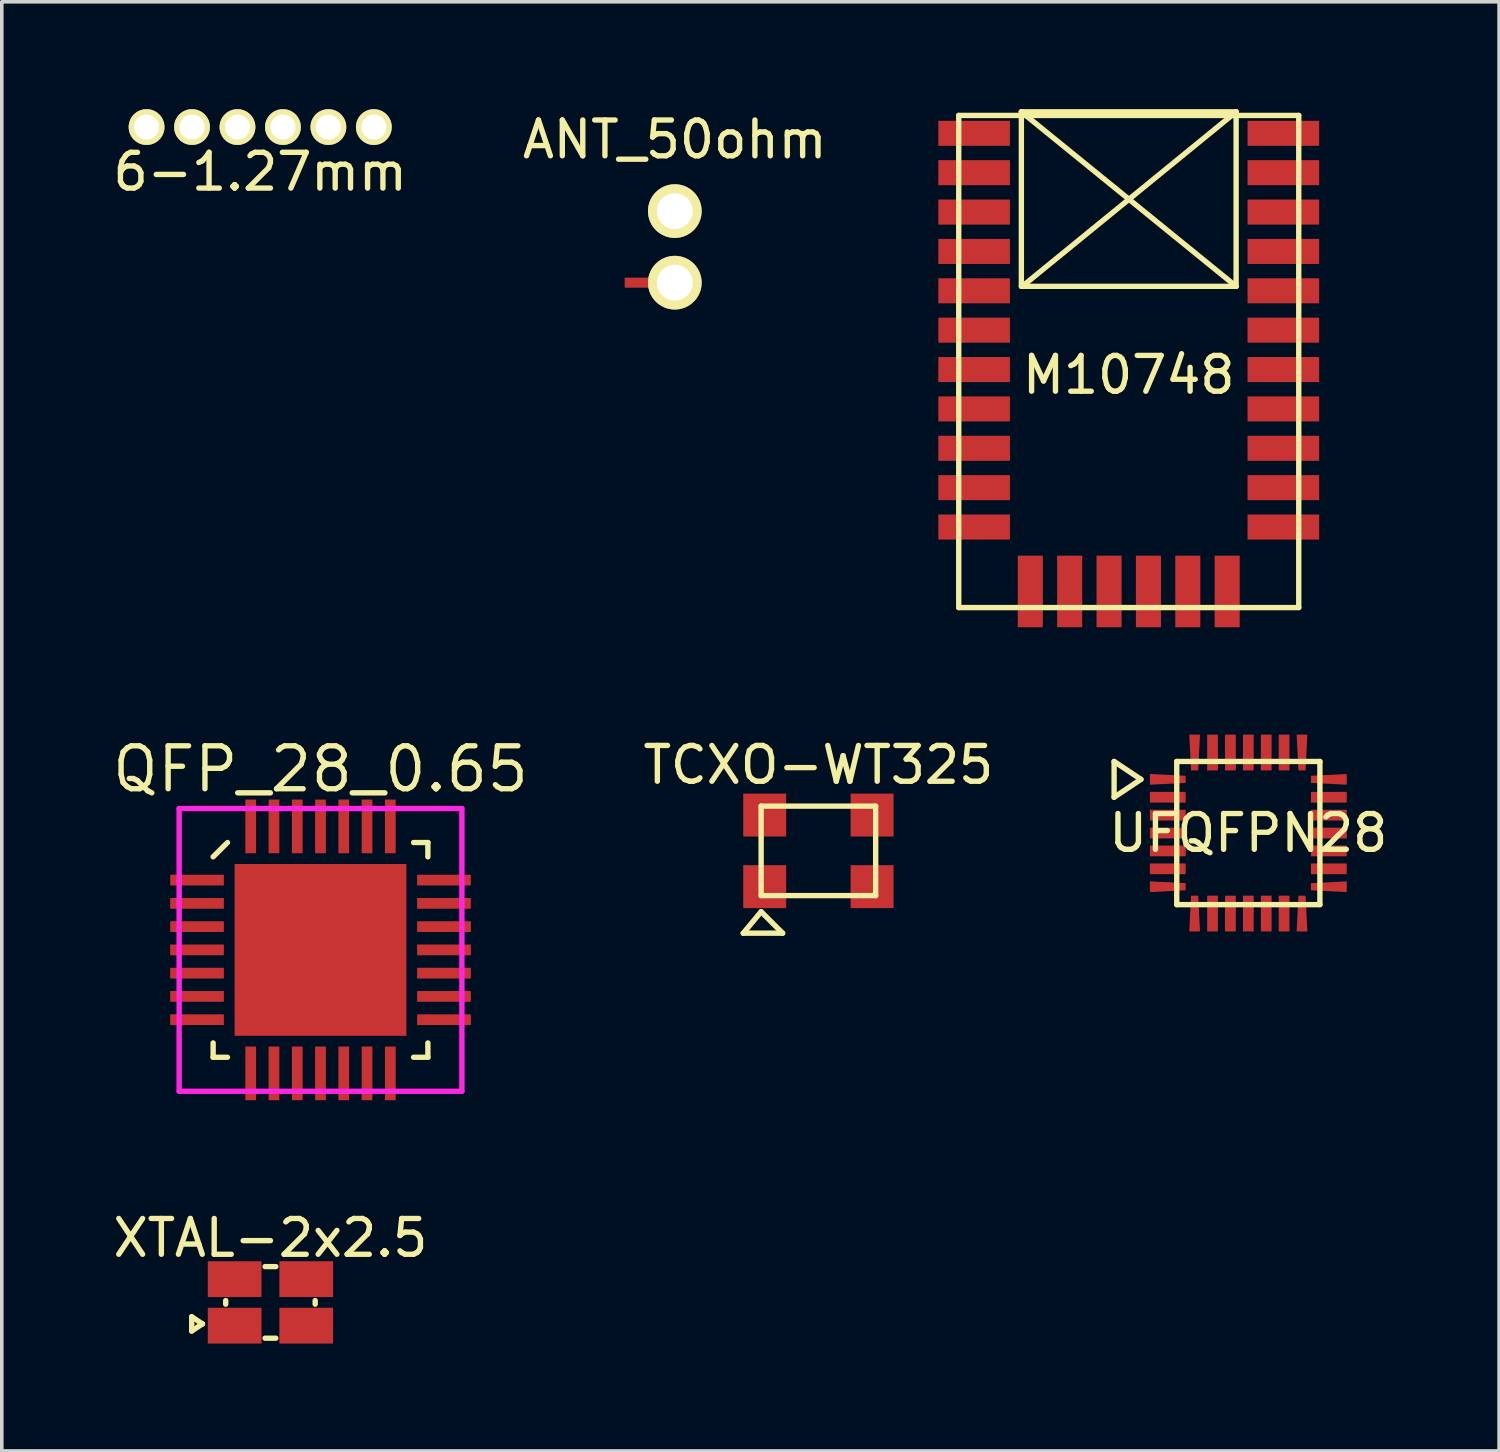
<source format=kicad_pcb>
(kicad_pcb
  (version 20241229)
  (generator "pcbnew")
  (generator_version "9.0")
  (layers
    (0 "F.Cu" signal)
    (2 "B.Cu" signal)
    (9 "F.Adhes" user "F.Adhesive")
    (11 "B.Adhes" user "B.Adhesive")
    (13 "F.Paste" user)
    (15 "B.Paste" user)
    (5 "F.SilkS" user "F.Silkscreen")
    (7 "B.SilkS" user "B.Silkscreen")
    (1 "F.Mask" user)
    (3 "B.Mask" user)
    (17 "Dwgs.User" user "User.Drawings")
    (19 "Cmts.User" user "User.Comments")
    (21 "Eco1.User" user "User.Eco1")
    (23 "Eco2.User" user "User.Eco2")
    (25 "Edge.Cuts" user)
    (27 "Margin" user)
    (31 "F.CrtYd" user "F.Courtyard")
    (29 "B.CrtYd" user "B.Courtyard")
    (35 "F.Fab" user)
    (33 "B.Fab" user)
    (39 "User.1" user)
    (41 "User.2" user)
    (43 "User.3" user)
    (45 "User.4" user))
  (footprint "XTAL-2x2.5"
    (layer "F.Cu")
    (at 4.506 33.339)
    (property "Reference" "XTAL-2x2.5" (at 0 -1.8 0) (layer "F.SilkS") (effects (font (size 1 1) (thickness 0.15))))
    (attr through_hole)
    (fp_line (start -2.2 0.4) (end -2.2 0.8) (stroke (width 0.15) (type solid)) (layer "F.SilkS"))
    (fp_line (start -2.2 0.8) (end -1.9 0.6) (stroke (width 0.15) (type solid)) (layer "F.SilkS"))
    (fp_line (start -1.9 0.6) (end -2.2 0.4) (stroke (width 0.15) (type solid)) (layer "F.SilkS"))
    (fp_line (start -1.25 -0.05) (end -1.25 0.05) (stroke (width 0.15) (type solid)) (layer "F.SilkS"))
    (fp_line (start -0.15 -1) (end 0.15 -1) (stroke (width 0.15) (type solid)) (layer "F.SilkS"))
    (fp_line (start 0.15 1) (end -0.15 1) (stroke (width 0.15) (type solid)) (layer "F.SilkS"))
    (fp_line (start 1.25 -0.05) (end 1.25 0.05) (stroke (width 0.15) (type solid)) (layer "F.SilkS"))
    (pad "1" smd rect (at -1 0.65) (size 1.5 1) (layers "F.Cu" "F.Mask" "F.Paste"))
    (pad "2" smd rect (at 1 -0.65) (size 1.5 1) (layers "F.Cu" "F.Mask" "F.Paste"))
    (pad "3" smd rect (at 1 0.65) (size 1.5 1) (layers "F.Cu" "F.Mask" "F.Paste"))
    (pad "4" smd rect (at -1 -0.65) (size 1.5 1) (layers "F.Cu" "F.Mask" "F.Paste")))
  (footprint "6-1.27mm"
    (layer "F.Cu")
    (at 4.22 0.5)
    (property "Reference" "6-1.27mm" (at 0 1.25 0) (layer "F.SilkS") (effects (font (size 1 1) (thickness 0.15))))
    (attr through_hole)
    (pad "1" thru_hole circle (at -3.175 0) (size 1 1) (drill 0.7) (layers "*.Cu" "*.Mask" "F.SilkS"))
    (pad "2" thru_hole circle (at -1.905 0) (size 1 1) (drill 0.7) (layers "*.Cu" "*.Mask" "F.SilkS"))
    (pad "3" thru_hole circle (at -0.635 0) (size 1 1) (drill 0.7) (layers "*.Cu" "*.Mask" "F.SilkS"))
    (pad "4" thru_hole circle (at 0.635 0) (size 1 1) (drill 0.7) (layers "*.Cu" "*.Mask" "F.SilkS"))
    (pad "5" thru_hole circle (at 1.905 0) (size 1 1) (drill 0.7) (layers "*.Cu" "*.Mask" "F.SilkS"))
    (pad "6" thru_hole circle (at 3.175 0) (size 1 1) (drill 0.7) (layers "*.Cu" "*.Mask" "F.SilkS")))
  (footprint "QFP_28_0.65"
    (layer "F.Cu")
    (at 5.905 23.49)
    (property "Reference" "QFP_28_0.65" (at 0 -5.05 0) (layer "F.SilkS") (effects (font (size 1.2 1.2) (thickness 0.15))))
    (attr through_hole)
    (fp_line (start -3 -2.6) (end -2.6 -3) (stroke (width 0.15) (type solid)) (layer "F.SilkS"))
    (fp_line (start -3 3) (end -3 2.6) (stroke (width 0.15) (type solid)) (layer "F.SilkS"))
    (fp_line (start -2.6 3) (end -3 3) (stroke (width 0.15) (type solid)) (layer "F.SilkS"))
    (fp_line (start 2.6 -3) (end 3 -3) (stroke (width 0.15) (type solid)) (layer "F.SilkS"))
    (fp_line (start 2.6 3) (end 3 3) (stroke (width 0.15) (type solid)) (layer "F.SilkS"))
    (fp_line (start 3 -3) (end 3 -2.6) (stroke (width 0.15) (type solid)) (layer "F.SilkS"))
    (fp_line (start 3 3) (end 3 2.6) (stroke (width 0.15) (type solid)) (layer "F.SilkS"))
    (fp_line (start -3.95 -3.95) (end 3.95 -3.95) (stroke (width 0.15) (type solid)) (layer "F.CrtYd"))
    (fp_line (start -3.95 3.95) (end -3.95 -3.95) (stroke (width 0.15) (type solid)) (layer "F.CrtYd"))
    (fp_line (start 3.95 -3.95) (end 3.95 3.95) (stroke (width 0.15) (type solid)) (layer "F.CrtYd"))
    (fp_line (start 3.95 3.95) (end -3.95 3.95) (stroke (width 0.15) (type solid)) (layer "F.CrtYd"))
    (pad "1" smd rect (at -3.45 -1.95 90) (size 0.3 1.5) (layers "F.Cu" "F.Mask" "F.Paste"))
    (pad "2" smd rect (at -3.45 -1.3 90) (size 0.3 1.5) (layers "F.Cu" "F.Mask" "F.Paste"))
    (pad "3" smd rect (at -3.45 -0.65 90) (size 0.3 1.5) (layers "F.Cu" "F.Mask" "F.Paste"))
    (pad "4" smd rect (at -3.45 0 90) (size 0.3 1.5) (layers "F.Cu" "F.Mask" "F.Paste"))
    (pad "5" smd rect (at -3.45 0.65 90) (size 0.3 1.5) (layers "F.Cu" "F.Mask" "F.Paste"))
    (pad "6" smd rect (at -3.45 1.3 90) (size 0.3 1.5) (layers "F.Cu" "F.Mask" "F.Paste"))
    (pad "7" smd rect (at -3.45 1.95 90) (size 0.3 1.5) (layers "F.Cu" "F.Mask" "F.Paste"))
    (pad "8" smd rect (at -1.95 3.45) (size 0.3 1.5) (layers "F.Cu" "F.Mask" "F.Paste"))
    (pad "9" smd rect (at -1.3 3.45) (size 0.3 1.5) (layers "F.Cu" "F.Mask" "F.Paste"))
    (pad "10" smd rect (at -0.65 3.45) (size 0.3 1.5) (layers "F.Cu" "F.Mask" "F.Paste"))
    (pad "11" smd rect (at 0 3.45) (size 0.3 1.5) (layers "F.Cu" "F.Mask" "F.Paste"))
    (pad "12" smd rect (at 0.65 3.45) (size 0.3 1.5) (layers "F.Cu" "F.Mask" "F.Paste"))
    (pad "13" smd rect (at 1.3 3.45) (size 0.3 1.5) (layers "F.Cu" "F.Mask" "F.Paste"))
    (pad "14" smd rect (at 1.95 3.45) (size 0.3 1.5) (layers "F.Cu" "F.Mask" "F.Paste"))
    (pad "15" smd rect (at 3.45 1.95 90) (size 0.3 1.5) (layers "F.Cu" "F.Mask" "F.Paste"))
    (pad "16" smd rect (at 3.45 1.3 90) (size 0.3 1.5) (layers "F.Cu" "F.Mask" "F.Paste"))
    (pad "17" smd rect (at 3.45 0.65 90) (size 0.3 1.5) (layers "F.Cu" "F.Mask" "F.Paste"))
    (pad "18" smd rect (at 3.45 0 90) (size 0.3 1.5) (layers "F.Cu" "F.Mask" "F.Paste"))
    (pad "19" smd rect (at 3.45 -0.65 90) (size 0.3 1.5) (layers "F.Cu" "F.Mask" "F.Paste"))
    (pad "20" smd rect (at 3.45 -1.3 90) (size 0.3 1.5) (layers "F.Cu" "F.Mask" "F.Paste"))
    (pad "21" smd rect (at 3.45 -1.95 90) (size 0.3 1.5) (layers "F.Cu" "F.Mask" "F.Paste"))
    (pad "22" smd rect (at 1.95 -3.45) (size 0.3 1.5) (layers "F.Cu" "F.Mask" "F.Paste"))
    (pad "23" smd rect (at 1.3 -3.45) (size 0.3 1.5) (layers "F.Cu" "F.Mask" "F.Paste"))
    (pad "24" smd rect (at 0.65 -3.45) (size 0.3 1.5) (layers "F.Cu" "F.Mask" "F.Paste"))
    (pad "25" smd rect (at 0 -3.45) (size 0.3 1.5) (layers "F.Cu" "F.Mask" "F.Paste"))
    (pad "26" smd rect (at -0.65 -3.45) (size 0.3 1.5) (layers "F.Cu" "F.Mask" "F.Paste"))
    (pad "27" smd rect (at -1.3 -3.45) (size 0.3 1.5) (layers "F.Cu" "F.Mask" "F.Paste"))
    (pad "28" smd rect (at -1.95 -3.45) (size 0.3 1.5) (layers "F.Cu" "F.Mask" "F.Paste"))
    (pad "29" smd rect (at 0 0) (size 4.8 4.8) (layers "F.Cu" "F.Mask" "F.Paste")))
  (footprint "TCXO-WT325"
    (layer "F.Cu")
    (at 19.816 20.723)
    (property "Reference" "TCXO-WT325" (at 0 -2.4 0) (layer "F.SilkS") (effects (font (size 1 1) (thickness 0.15))))
    (attr through_hole)
    (fp_line (start -2.1 2.3) (end -1 2.3) (stroke (width 0.15) (type solid)) (layer "F.SilkS"))
    (fp_line (start -1.6 -1.25) (end 1.6 -1.25) (stroke (width 0.15) (type solid)) (layer "F.SilkS"))
    (fp_line (start -1.6 1.25) (end -1.6 -1.25) (stroke (width 0.15) (type solid)) (layer "F.SilkS"))
    (fp_line (start -1.6 1.7) (end -2.1 2.3) (stroke (width 0.15) (type solid)) (layer "F.SilkS"))
    (fp_line (start -1 2.3) (end -1.6 1.7) (stroke (width 0.15) (type solid)) (layer "F.SilkS"))
    (fp_line (start 1.6 -1.25) (end 1.6 1.25) (stroke (width 0.15) (type solid)) (layer "F.SilkS"))
    (fp_line (start 1.6 1.25) (end -1.6 1.25) (stroke (width 0.15) (type solid)) (layer "F.SilkS"))
    (pad "1" smd rect (at -1.5 1) (size 1.2 1.2) (layers "F.Cu" "F.Mask" "F.Paste"))
    (pad "2" smd rect (at 1.5 1) (size 1.2 1.2) (layers "F.Cu" "F.Mask" "F.Paste"))
    (pad "3" smd rect (at 1.5 -1) (size 1.2 1.2) (layers "F.Cu" "F.Mask" "F.Paste"))
    (pad "4" smd rect (at -1.5 -1) (size 1.2 1.2) (layers "F.Cu" "F.Mask" "F.Paste")))
  (footprint "UFQFPN28"
    (layer "F.Cu")
    (at 31.828 20.225)
    (property "Reference" "UFQFPN28" (at 0 0 0) (layer "F.SilkS") (effects (font (size 1 1) (thickness 0.15))))
    (attr through_hole)
    (fp_line (start -3.75 -2) (end -3.75 -1) (stroke (width 0.15) (type solid)) (layer "F.SilkS"))
    (fp_line (start -3.75 -1) (end -3 -1.5) (stroke (width 0.15) (type solid)) (layer "F.SilkS"))
    (fp_line (start -3 -1.5) (end -3.75 -2) (stroke (width 0.15) (type solid)) (layer "F.SilkS"))
    (fp_line (start -2 -2) (end -2 2) (stroke (width 0.15) (type solid)) (layer "F.SilkS"))
    (fp_line (start -2 2) (end 2 2) (stroke (width 0.15) (type solid)) (layer "F.SilkS"))
    (fp_line (start 2 -2) (end -2 -2) (stroke (width 0.15) (type solid)) (layer "F.SilkS"))
    (fp_line (start 2 2) (end 2 -2) (stroke (width 0.15) (type solid)) (layer "F.SilkS"))
    (pad "1" smd trapezoid (at -2.25 -1.5) (size 1 0.25) (rect_delta 0.05 0) (layers "F.Cu" "F.Mask" "F.Paste"))
    (pad "2" smd rect (at -2.25 -1) (size 1 0.3) (layers "F.Cu" "F.Mask" "F.Paste"))
    (pad "3" smd rect (at -2.25 -0.5) (size 1 0.3) (layers "F.Cu" "F.Mask" "F.Paste"))
    (pad "4" smd rect (at -2.25 0) (size 1 0.3) (layers "F.Cu" "F.Mask" "F.Paste"))
    (pad "5" smd rect (at -2.25 0.5) (size 1 0.3) (layers "F.Cu" "F.Mask" "F.Paste"))
    (pad "6" smd rect (at -2.25 1) (size 1 0.3) (layers "F.Cu" "F.Mask" "F.Paste"))
    (pad "7" smd trapezoid (at -2.25 1.5) (size 1 0.25) (rect_delta 0.05 0) (layers "F.Cu" "F.Mask" "F.Paste"))
    (pad "8" smd trapezoid (at -1.5 2.25 90) (size 1 0.25) (rect_delta 0.05 0) (layers "F.Cu" "F.Mask" "F.Paste"))
    (pad "9" smd rect (at -1 2.25 90) (size 1 0.3) (layers "F.Cu" "F.Mask" "F.Paste"))
    (pad "10" smd rect (at -0.5 2.25 90) (size 1 0.3) (layers "F.Cu" "F.Mask" "F.Paste"))
    (pad "11" smd rect (at 0 2.25 90) (size 1 0.3) (layers "F.Cu" "F.Mask" "F.Paste"))
    (pad "12" smd rect (at 0.5 2.25 90) (size 1 0.3) (layers "F.Cu" "F.Mask" "F.Paste"))
    (pad "13" smd rect (at 1 2.25 90) (size 1 0.3) (layers "F.Cu" "F.Mask" "F.Paste"))
    (pad "14" smd trapezoid (at 1.5 2.25 90) (size 1 0.25) (rect_delta 0.05 0) (layers "F.Cu" "F.Mask" "F.Paste"))
    (pad "15" smd trapezoid (at 2.25 1.5 180) (size 1 0.25) (rect_delta 0.05 0) (layers "F.Cu" "F.Mask" "F.Paste"))
    (pad "16" smd rect (at 2.25 1 180) (size 1 0.3) (layers "F.Cu" "F.Mask" "F.Paste"))
    (pad "17" smd rect (at 2.25 0.5 180) (size 1 0.3) (layers "F.Cu" "F.Mask" "F.Paste"))
    (pad "18" smd rect (at 2.25 0 180) (size 1 0.3) (layers "F.Cu" "F.Mask" "F.Paste"))
    (pad "19" smd rect (at 2.25 -0.5 180) (size 1 0.3) (layers "F.Cu" "F.Mask" "F.Paste"))
    (pad "20" smd rect (at 2.25 -1 180) (size 1 0.3) (layers "F.Cu" "F.Mask" "F.Paste"))
    (pad "21" smd trapezoid (at 2.25 -1.5 180) (size 1 0.25) (rect_delta 0.05 0) (layers "F.Cu" "F.Mask" "F.Paste"))
    (pad "22" smd trapezoid (at 1.5 -2.25 270) (size 1 0.25) (rect_delta 0.05 0) (layers "F.Cu" "F.Mask" "F.Paste"))
    (pad "23" smd rect (at 1 -2.25 270) (size 1 0.3) (layers "F.Cu" "F.Mask" "F.Paste"))
    (pad "24" smd rect (at 0.5 -2.25 270) (size 1 0.3) (layers "F.Cu" "F.Mask" "F.Paste"))
    (pad "25" smd rect (at 0 -2.25 270) (size 1 0.3) (layers "F.Cu" "F.Mask" "F.Paste"))
    (pad "26" smd rect (at -0.5 -2.25 270) (size 1 0.3) (layers "F.Cu" "F.Mask" "F.Paste"))
    (pad "27" smd rect (at -1 -2.25 270) (size 1 0.3) (layers "F.Cu" "F.Mask" "F.Paste"))
    (pad "28" smd trapezoid (at -1.5 -2.25 270) (size 1 0.25) (rect_delta 0.05 0) (layers "F.Cu" "F.Mask" "F.Paste")))
  (footprint "ANT_50ohm"
    (layer "F.Cu")
    (at 15.804 4.848)
    (property "Reference" "ANT_50ohm" (at 0 -4 0) (layer "F.SilkS") (effects (font (size 1 1) (thickness 0.15))))
    (attr through_hole)
    (pad "2" smd rect (at -1 0) (size 0.8 0.28) (layers "F.Cu" "F.Mask" "F.Paste"))
    (pad "2" thru_hole circle (at 0 0) (size 1.5 1.5) (drill 1) (layers "*.Cu" "*.Mask" "F.SilkS"))
    (pad "3" thru_hole circle (at 0 -2) (size 1.5 1.5) (drill 1) (layers "*.Cu" "*.Mask" "F.SilkS")))
  (footprint "M10748"
    (layer "F.Cu")
    (at 28.487 0.675)
    (property "Reference" "M10748" (at 0 6.75 0) (layer "F.SilkS") (effects (font (size 1 1) (thickness 0.15))))
    (attr through_hole)
    (fp_line (start -4.75 -0.5) (end 4.75 -0.5) (stroke (width 0.15) (type solid)) (layer "F.SilkS"))
    (fp_line (start -4.75 13.25) (end -4.75 -0.5) (stroke (width 0.15) (type solid)) (layer "F.SilkS"))
    (fp_line (start -3 -0.6) (end 3 -0.6) (stroke (width 0.15) (type solid)) (layer "F.SilkS"))
    (fp_line (start -3 -0.6) (end 3 4.275) (stroke (width 0.15) (type solid)) (layer "F.SilkS"))
    (fp_line (start -3 4.275) (end -3 -0.6) (stroke (width 0.15) (type solid)) (layer "F.SilkS"))
    (fp_line (start -2.975 4.275) (end 3 -0.6) (stroke (width 0.15) (type solid)) (layer "F.SilkS"))
    (fp_line (start 3 -0.6) (end 3 4.275) (stroke (width 0.15) (type solid)) (layer "F.SilkS"))
    (fp_line (start 3 4.275) (end -3 4.275) (stroke (width 0.15) (type solid)) (layer "F.SilkS"))
    (fp_line (start 4.75 -0.5) (end 4.75 13.25) (stroke (width 0.15) (type solid)) (layer "F.SilkS"))
    (fp_line (start 4.75 13.25) (end -4.75 13.25) (stroke (width 0.15) (type solid)) (layer "F.SilkS"))
    (pad "1" smd rect (at -4.32 0) (size 2 0.7) (layers "F.Cu" "F.Mask" "F.Paste"))
    (pad "2" smd rect (at -4.32 1.1) (size 2 0.7) (layers "F.Cu" "F.Mask" "F.Paste"))
    (pad "3" smd rect (at -4.32 2.2) (size 2 0.7) (layers "F.Cu" "F.Mask" "F.Paste"))
    (pad "4" smd rect (at -4.32 3.3) (size 2 0.7) (layers "F.Cu" "F.Mask" "F.Paste"))
    (pad "5" smd rect (at -4.32 4.4) (size 2 0.7) (layers "F.Cu" "F.Mask" "F.Paste"))
    (pad "6" smd rect (at -4.32 5.5) (size 2 0.7) (layers "F.Cu" "F.Mask" "F.Paste"))
    (pad "7" smd rect (at -4.32 6.6) (size 2 0.7) (layers "F.Cu" "F.Mask" "F.Paste"))
    (pad "8" smd rect (at -4.32 7.7) (size 2 0.7) (layers "F.Cu" "F.Mask" "F.Paste"))
    (pad "9" smd rect (at -4.32 8.8) (size 2 0.7) (layers "F.Cu" "F.Mask" "F.Paste"))
    (pad "10" smd rect (at -4.32 9.9) (size 2 0.7) (layers "F.Cu" "F.Mask" "F.Paste"))
    (pad "11" smd rect (at -4.32 11) (size 2 0.7) (layers "F.Cu" "F.Mask" "F.Paste"))
    (pad "12" smd rect (at -2.75 12.8) (size 0.7 2) (layers "F.Cu" "F.Mask" "F.Paste"))
    (pad "13" smd rect (at -1.65 12.8) (size 0.7 2) (layers "F.Cu" "F.Mask" "F.Paste"))
    (pad "14" smd rect (at -0.55 12.8) (size 0.7 2) (layers "F.Cu" "F.Mask" "F.Paste"))
    (pad "15" smd rect (at 0.55 12.8) (size 0.7 2) (layers "F.Cu" "F.Mask" "F.Paste"))
    (pad "16" smd rect (at 1.65 12.8) (size 0.7 2) (layers "F.Cu" "F.Mask" "F.Paste"))
    (pad "17" smd rect (at 2.75 12.8) (size 0.7 2) (layers "F.Cu" "F.Mask" "F.Paste"))
    (pad "18" smd rect (at 4.32 11) (size 2 0.7) (layers "F.Cu" "F.Mask" "F.Paste"))
    (pad "19" smd rect (at 4.32 9.9) (size 2 0.7) (layers "F.Cu" "F.Mask" "F.Paste"))
    (pad "20" smd rect (at 4.32 8.8) (size 2 0.7) (layers "F.Cu" "F.Mask" "F.Paste"))
    (pad "21" smd rect (at 4.32 7.7) (size 2 0.7) (layers "F.Cu" "F.Mask" "F.Paste"))
    (pad "22" smd rect (at 4.32 6.6) (size 2 0.7) (layers "F.Cu" "F.Mask" "F.Paste"))
    (pad "23" smd rect (at 4.32 5.5) (size 2 0.7) (layers "F.Cu" "F.Mask" "F.Paste"))
    (pad "24" smd rect (at 4.32 4.4) (size 2 0.7) (layers "F.Cu" "F.Mask" "F.Paste"))
    (pad "25" smd rect (at 4.32 3.3) (size 2 0.7) (layers "F.Cu" "F.Mask" "F.Paste"))
    (pad "26" smd rect (at 4.32 2.2) (size 2 0.7) (layers "F.Cu" "F.Mask" "F.Paste"))
    (pad "27" smd rect (at 4.32 1.1) (size 2 0.7) (layers "F.Cu" "F.Mask" "F.Paste"))
    (pad "28" smd rect (at 4.32 0) (size 2 0.7) (layers "F.Cu" "F.Mask" "F.Paste")))
  (gr_rect
    (start -3 -3)
    (end 38.834 37.489)
    (stroke (width 0.1) (type default))
    (fill no)
    (layer "Edge.Cuts")))
</source>
